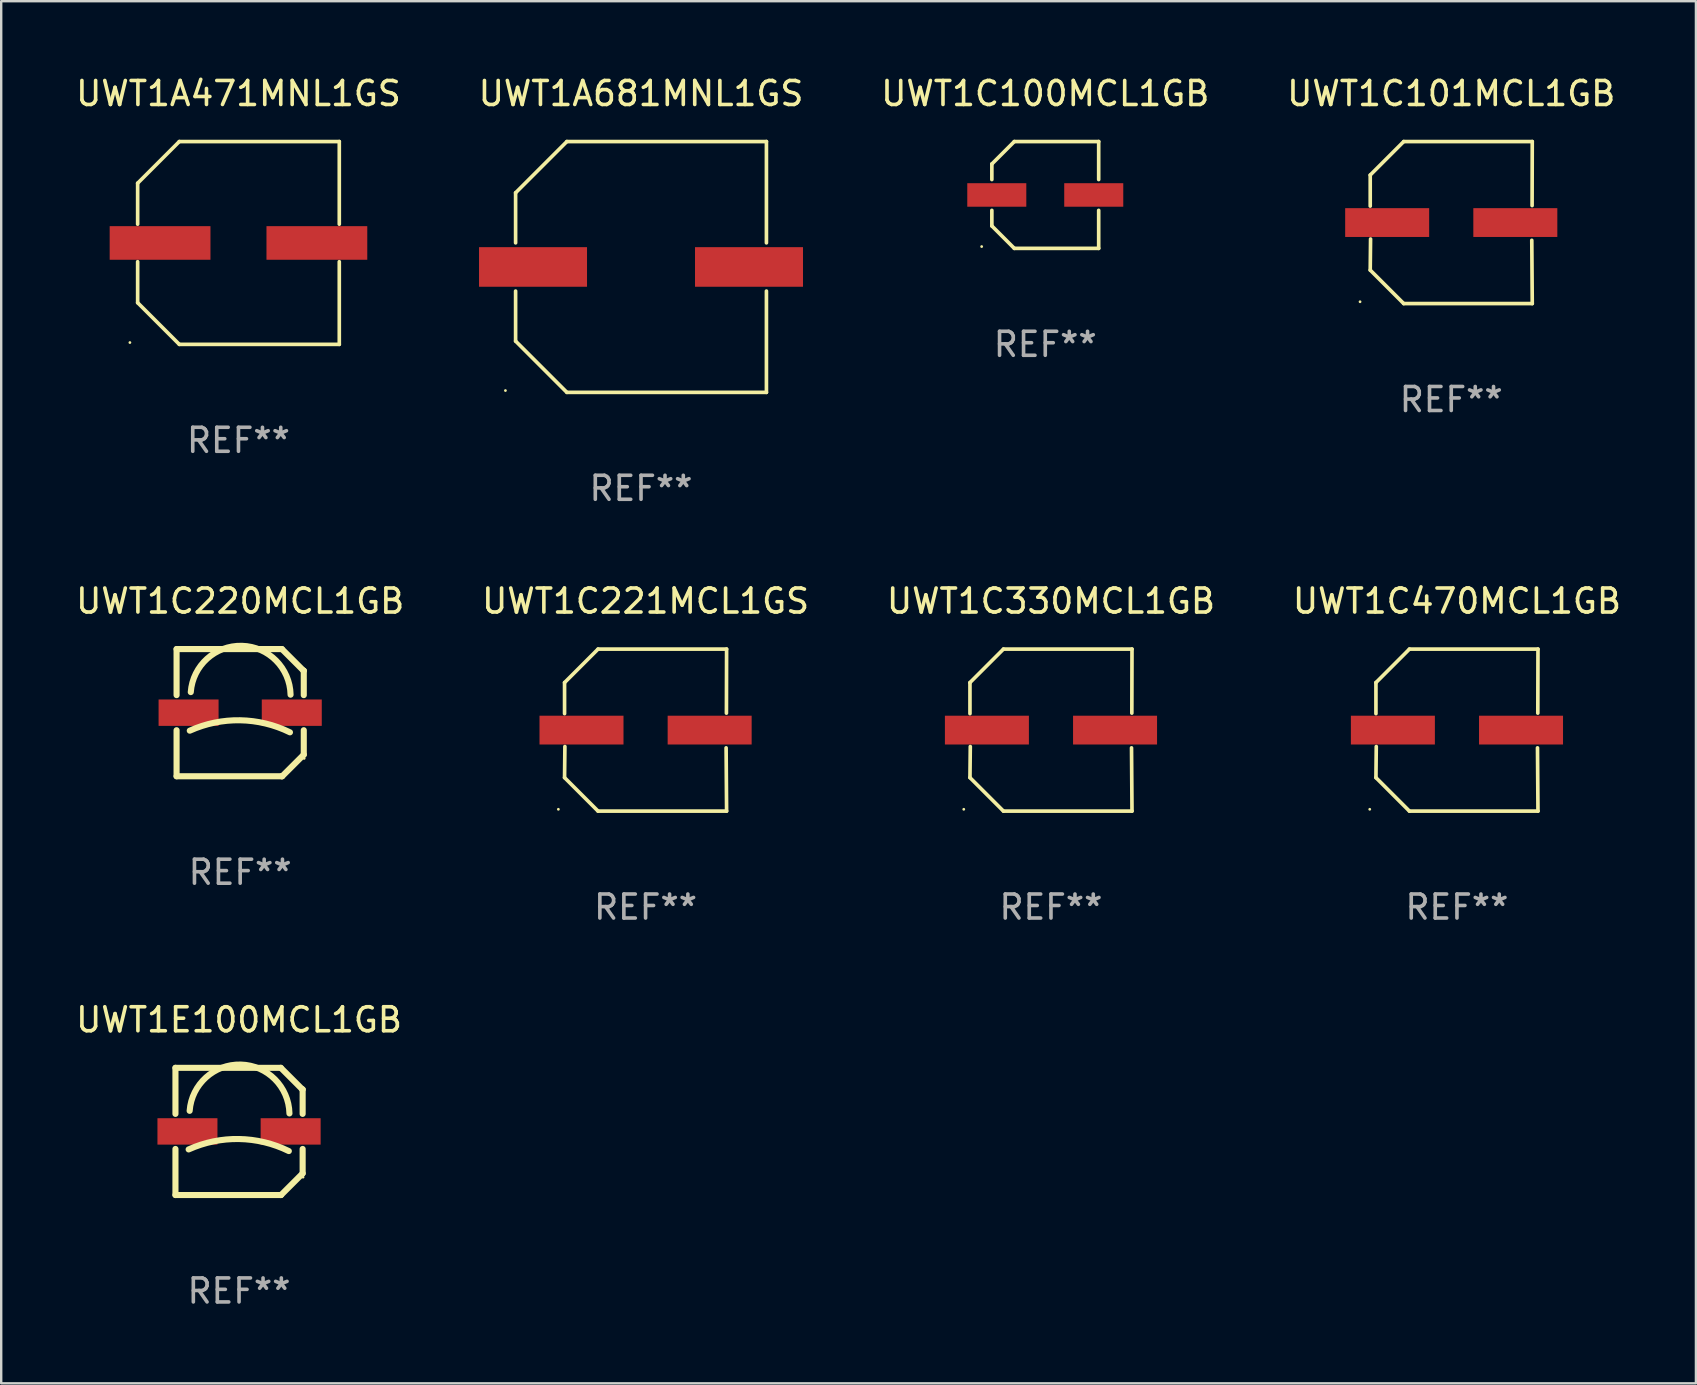
<source format=kicad_pcb>
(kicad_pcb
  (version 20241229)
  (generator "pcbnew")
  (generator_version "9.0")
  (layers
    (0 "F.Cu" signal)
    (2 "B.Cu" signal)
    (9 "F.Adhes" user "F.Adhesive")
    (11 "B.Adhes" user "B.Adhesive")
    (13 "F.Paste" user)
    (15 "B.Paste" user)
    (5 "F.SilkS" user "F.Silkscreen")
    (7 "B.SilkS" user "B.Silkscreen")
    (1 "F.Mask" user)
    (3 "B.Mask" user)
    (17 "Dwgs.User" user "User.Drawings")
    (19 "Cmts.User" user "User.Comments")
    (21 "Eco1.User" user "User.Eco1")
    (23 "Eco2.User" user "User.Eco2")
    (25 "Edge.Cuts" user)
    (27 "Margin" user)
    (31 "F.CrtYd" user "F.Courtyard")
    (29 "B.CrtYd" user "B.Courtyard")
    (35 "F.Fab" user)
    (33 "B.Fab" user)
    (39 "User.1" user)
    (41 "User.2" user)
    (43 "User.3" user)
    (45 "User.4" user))
  (footprint "UWT1C100MCL1GB"
    (layer "F.Cu")
    (at 40.506 5.074)
    (property "Reference" "UWT1C100MCL1GB" (at 0 -4.226 0) (layer "F.SilkS") (effects (font (size 1 1) (thickness 0.15))))
    (attr through_hole)
    (fp_line (start -2.226 -1.29) (end -1.29 -2.226) (stroke (width 0.152) (type solid)) (layer "F.SilkS"))
    (fp_line (start -2.226 -0.642) (end -2.226 -1.29) (stroke (width 0.152) (type solid)) (layer "F.SilkS"))
    (fp_line (start -2.226 0.642) (end -2.226 1.29) (stroke (width 0.152) (type solid)) (layer "F.SilkS"))
    (fp_line (start -2.226 1.29) (end -1.29 2.226) (stroke (width 0.152) (type solid)) (layer "F.SilkS"))
    (fp_line (start -1.29 -2.226) (end 2.226 -2.226) (stroke (width 0.152) (type solid)) (layer "F.SilkS"))
    (fp_line (start -1.29 2.226) (end 2.226 2.226) (stroke (width 0.152) (type solid)) (layer "F.SilkS"))
    (fp_line (start 2.226 -2.226) (end 2.226 -0.642) (stroke (width 0.152) (type solid)) (layer "F.SilkS"))
    (fp_line (start 2.226 2.226) (end 2.226 0.642) (stroke (width 0.152) (type solid)) (layer "F.SilkS"))
    (fp_circle (center -2.65 2.15) (end -2.62 2.15) (stroke (width 0.06) (type solid)) (fill no) (layer "F.SilkS"))
    (fp_text user "REF**" (at 0 6.226 0) (layer "F.Fab") (effects (font (size 1 1) (thickness 0.15))))
    (pad "1" smd rect (at -2.02 -0.000013) (size 2.46 0.98) (layers "F.Cu" "F.Mask" "F.Paste"))
    (pad "2" smd rect (at 2.02 -0.000013) (size 2.46 0.98) (layers "F.Cu" "F.Mask" "F.Paste")))
  (footprint "UWT1C101MCL1GB"
    (layer "F.Cu")
    (at 57.423 6.224)
    (property "Reference" "UWT1C101MCL1GB" (at 0 -5.376 0) (layer "F.SilkS") (effects (font (size 1 1) (thickness 0.15))))
    (attr through_hole)
    (fp_line (start -3.376 -1.98) (end -3.376 -0.686) (stroke (width 0.152) (type solid)) (layer "F.SilkS"))
    (fp_line (start -3.376 1.981) (end -3.362 0.686) (stroke (width 0.152) (type solid)) (layer "F.SilkS"))
    (fp_line (start -1.981 3.376) (end -3.376 1.981) (stroke (width 0.152) (type solid)) (layer "F.SilkS"))
    (fp_line (start -1.98 -3.376) (end -3.376 -1.98) (stroke (width 0.152) (type solid)) (layer "F.SilkS"))
    (fp_line (start 3.356 0.74) (end 3.376 3.376) (stroke (width 0.152) (type solid)) (layer "F.SilkS"))
    (fp_line (start 3.369 -0.707) (end 3.376 -3.376) (stroke (width 0.152) (type solid)) (layer "F.SilkS"))
    (fp_line (start 3.376 3.376) (end -1.981 3.376) (stroke (width 0.152) (type solid)) (layer "F.SilkS"))
    (fp_line (start 3.376 -3.376) (end -1.98 -3.376) (stroke (width 0.152) (type solid)) (layer "F.SilkS"))
    (fp_circle (center -3.8 3.3) (end -3.77 3.3) (stroke (width 0.06) (type solid)) (fill no) (layer "F.SilkS"))
    (fp_text user "REF**" (at 0 7.376 0) (layer "F.Fab") (effects (font (size 1 1) (thickness 0.15))))
    (pad "1" smd rect (at -2.67 0.000203) (size 3.5 1.2) (layers "F.Cu" "F.Mask" "F.Paste"))
    (pad "2" smd rect (at 2.67 0.000203) (size 3.5 1.2) (layers "F.Cu" "F.Mask" "F.Paste")))
  (footprint "UWT1C220MCL1GB"
    (layer "F.Cu")
    (at 6.958 26.647)
    (property "Reference" "UWT1C220MCL1GB" (at 0 -4.65 0) (layer "F.SilkS") (effects (font (size 1 1) (thickness 0.15))))
    (attr through_hole)
    (fp_line (start -2.65 -2.65) (end 1.74 -2.65) (stroke (width 0.254) (type solid)) (layer "F.SilkS"))
    (fp_line (start -2.65 -0.731) (end -2.65 -2.65) (stroke (width 0.254) (type solid)) (layer "F.SilkS"))
    (fp_line (start -2.65 2.65) (end -2.65 0.731) (stroke (width 0.254) (type solid)) (layer "F.SilkS"))
    (fp_line (start -2.65 2.65) (end 1.73 2.65) (stroke (width 0.254) (type solid)) (layer "F.SilkS"))
    (fp_line (start 1.73 2.65) (end 1.75 2.65) (stroke (width 0.254) (type solid)) (layer "F.SilkS"))
    (fp_line (start 1.75 2.65) (end 2.65 1.75) (stroke (width 0.254) (type solid)) (layer "F.SilkS"))
    (fp_line (start 2.64 -1.75) (end 1.74 -2.65) (stroke (width 0.254) (type solid)) (layer "F.SilkS"))
    (fp_line (start 2.65 -1.75) (end 2.64 -1.75) (stroke (width 0.254) (type solid)) (layer "F.SilkS"))
    (fp_line (start 2.65 -0.731) (end 2.65 -1.75) (stroke (width 0.254) (type solid)) (layer "F.SilkS"))
    (fp_line (start 2.65 1.75) (end 2.65 0.731) (stroke (width 0.254) (type solid)) (layer "F.SilkS"))
    (fp_arc (start -2.1 0.749886) (mid -0.005214 0.316693) (end 2.074168 0.818644) (stroke (width 0.254001) (type solid)) (layer "F.SilkS"))
    (fp_arc (start -2.058369 -0.857759) (mid 0.072137 -2.78601) (end 2.1 -0.750089) (stroke (width 0.254001) (type solid)) (layer "F.SilkS"))
    (fp_circle (center 2.667 1.905) (end 2.697 1.905) (stroke (width 0.06) (type solid)) (fill no) (layer "F.SilkS"))
    (fp_text user "REF**" (at 0 6.65 0) (layer "F.Fab") (effects (font (size 1 1) (thickness 0.15))))
    (pad "1" smd rect (at 2.15 0) (size 2.5 1.1) (layers "F.Cu" "F.Mask" "F.Paste"))
    (pad "2" smd rect (at -2.15 0) (size 2.5 1.1) (layers "F.Cu" "F.Mask" "F.Paste")))
  (footprint "UWT1C470MCL1GB"
    (layer "F.Cu")
    (at 57.661 27.373)
    (property "Reference" "UWT1C470MCL1GB" (at 0 -5.376 0) (layer "F.SilkS") (effects (font (size 1 1) (thickness 0.15))))
    (attr through_hole)
    (fp_line (start -3.376 -1.98) (end -3.376 -0.686) (stroke (width 0.152) (type solid)) (layer "F.SilkS"))
    (fp_line (start -3.376 1.981) (end -3.362 0.686) (stroke (width 0.152) (type solid)) (layer "F.SilkS"))
    (fp_line (start -1.981 3.376) (end -3.376 1.981) (stroke (width 0.152) (type solid)) (layer "F.SilkS"))
    (fp_line (start -1.98 -3.376) (end -3.376 -1.98) (stroke (width 0.152) (type solid)) (layer "F.SilkS"))
    (fp_line (start 3.356 0.74) (end 3.376 3.376) (stroke (width 0.152) (type solid)) (layer "F.SilkS"))
    (fp_line (start 3.369 -0.707) (end 3.376 -3.376) (stroke (width 0.152) (type solid)) (layer "F.SilkS"))
    (fp_line (start 3.376 3.376) (end -1.981 3.376) (stroke (width 0.152) (type solid)) (layer "F.SilkS"))
    (fp_line (start 3.376 -3.376) (end -1.98 -3.376) (stroke (width 0.152) (type solid)) (layer "F.SilkS"))
    (fp_circle (center -3.634 3.3) (end -3.604 3.3) (stroke (width 0.06) (type solid)) (fill no) (layer "F.SilkS"))
    (fp_text user "REF**" (at 0 7.376 0) (layer "F.Fab") (effects (font (size 1 1) (thickness 0.15))))
    (pad "1" smd rect (at -2.67 0.000254) (size 3.5 1.2) (layers "F.Cu" "F.Mask" "F.Paste"))
    (pad "2" smd rect (at 2.67 0.000254) (size 3.5 1.2) (layers "F.Cu" "F.Mask" "F.Paste")))
  (footprint "UWT1C221MCL1GS"
    (layer "F.Cu")
    (at 23.851 27.373)
    (property "Reference" "UWT1C221MCL1GS" (at 0 -5.376 0) (layer "F.SilkS") (effects (font (size 1 1) (thickness 0.15))))
    (attr through_hole)
    (fp_line (start -3.376 -1.98) (end -3.376 -0.686) (stroke (width 0.152) (type solid)) (layer "F.SilkS"))
    (fp_line (start -3.376 1.981) (end -3.362 0.686) (stroke (width 0.152) (type solid)) (layer "F.SilkS"))
    (fp_line (start -1.981 3.376) (end -3.376 1.981) (stroke (width 0.152) (type solid)) (layer "F.SilkS"))
    (fp_line (start -1.98 -3.376) (end -3.376 -1.98) (stroke (width 0.152) (type solid)) (layer "F.SilkS"))
    (fp_line (start 3.356 0.74) (end 3.376 3.376) (stroke (width 0.152) (type solid)) (layer "F.SilkS"))
    (fp_line (start 3.369 -0.707) (end 3.376 -3.376) (stroke (width 0.152) (type solid)) (layer "F.SilkS"))
    (fp_line (start 3.376 3.376) (end -1.981 3.376) (stroke (width 0.152) (type solid)) (layer "F.SilkS"))
    (fp_line (start 3.376 -3.376) (end -1.98 -3.376) (stroke (width 0.152) (type solid)) (layer "F.SilkS"))
    (fp_circle (center -3.634 3.3) (end -3.604 3.3) (stroke (width 0.06) (type solid)) (fill no) (layer "F.SilkS"))
    (fp_text user "REF**" (at 0 7.376 0) (layer "F.Fab") (effects (font (size 1 1) (thickness 0.15))))
    (pad "1" smd rect (at -2.67 0.000254) (size 3.5 1.2) (layers "F.Cu" "F.Mask" "F.Paste"))
    (pad "2" smd rect (at 2.67 0.000254) (size 3.5 1.2) (layers "F.Cu" "F.Mask" "F.Paste")))
  (footprint "UWT1C330MCL1GB"
    (layer "F.Cu")
    (at 40.744 27.373)
    (property "Reference" "UWT1C330MCL1GB" (at 0 -5.376 0) (layer "F.SilkS") (effects (font (size 1 1) (thickness 0.15))))
    (attr through_hole)
    (fp_line (start -3.376 -1.98) (end -3.376 -0.686) (stroke (width 0.152) (type solid)) (layer "F.SilkS"))
    (fp_line (start -3.376 1.981) (end -3.362 0.686) (stroke (width 0.152) (type solid)) (layer "F.SilkS"))
    (fp_line (start -1.981 3.376) (end -3.376 1.981) (stroke (width 0.152) (type solid)) (layer "F.SilkS"))
    (fp_line (start -1.98 -3.376) (end -3.376 -1.98) (stroke (width 0.152) (type solid)) (layer "F.SilkS"))
    (fp_line (start 3.356 0.74) (end 3.376 3.376) (stroke (width 0.152) (type solid)) (layer "F.SilkS"))
    (fp_line (start 3.369 -0.707) (end 3.376 -3.376) (stroke (width 0.152) (type solid)) (layer "F.SilkS"))
    (fp_line (start 3.376 3.376) (end -1.981 3.376) (stroke (width 0.152) (type solid)) (layer "F.SilkS"))
    (fp_line (start 3.376 -3.376) (end -1.98 -3.376) (stroke (width 0.152) (type solid)) (layer "F.SilkS"))
    (fp_circle (center -3.634 3.3) (end -3.604 3.3) (stroke (width 0.06) (type solid)) (fill no) (layer "F.SilkS"))
    (fp_text user "REF**" (at 0 7.376 0) (layer "F.Fab") (effects (font (size 1 1) (thickness 0.15))))
    (pad "1" smd rect (at -2.67 0.000254) (size 3.5 1.2) (layers "F.Cu" "F.Mask" "F.Paste"))
    (pad "2" smd rect (at 2.67 0.000254) (size 3.5 1.2) (layers "F.Cu" "F.Mask" "F.Paste")))
  (footprint "UWT1A471MNL1GS"
    (layer "F.Cu")
    (at 6.887 7.074)
    (property "Reference" "UWT1A471MNL1GS" (at 0 -6.226 0) (layer "F.SilkS") (effects (font (size 1 1) (thickness 0.15))))
    (attr through_hole)
    (fp_line (start -4.201 -2.49) (end -4.201 -0.782) (stroke (width 0.152) (type solid)) (layer "F.SilkS"))
    (fp_line (start -4.201 2.49) (end -4.201 0.782) (stroke (width 0.152) (type solid)) (layer "F.SilkS"))
    (fp_line (start -2.465 -4.226) (end -4.201 -2.49) (stroke (width 0.152) (type solid)) (layer "F.SilkS"))
    (fp_line (start -2.465 4.226) (end -4.201 2.49) (stroke (width 0.152) (type solid)) (layer "F.SilkS"))
    (fp_line (start 4.201 -4.226) (end -2.465 -4.226) (stroke (width 0.152) (type solid)) (layer "F.SilkS"))
    (fp_line (start 4.201 -0.782) (end 4.201 -4.226) (stroke (width 0.152) (type solid)) (layer "F.SilkS"))
    (fp_line (start 4.201 0.782) (end 4.201 4.226) (stroke (width 0.152) (type solid)) (layer "F.SilkS"))
    (fp_line (start 4.201 4.226) (end -2.465 4.226) (stroke (width 0.152) (type solid)) (layer "F.SilkS"))
    (fp_circle (center -4.524 4.15) (end -4.494 4.15) (stroke (width 0.06) (type solid)) (fill no) (layer "F.SilkS"))
    (fp_text user "REF**" (at 0 8.226 0) (layer "F.Fab") (effects (font (size 1 1) (thickness 0.15))))
    (pad "1" smd rect (at -3.267 0) (size 4.2 1.4) (layers "F.Cu" "F.Mask" "F.Paste"))
    (pad "2" smd rect (at 3.267 0) (size 4.2 1.4) (layers "F.Cu" "F.Mask" "F.Paste")))
  (footprint "UWT1A681MNL1GS"
    (layer "F.Cu")
    (at 23.661 8.074)
    (property "Reference" "UWT1A681MNL1GS" (at 0 -7.226 0) (layer "F.SilkS") (effects (font (size 1 1) (thickness 0.15))))
    (attr through_hole)
    (fp_line (start -5.226 -3.09) (end -5.226 -1.005) (stroke (width 0.152) (type solid)) (layer "F.SilkS"))
    (fp_line (start -5.226 1.005) (end -5.226 3.09) (stroke (width 0.152) (type solid)) (layer "F.SilkS"))
    (fp_line (start -3.09 -5.226) (end -5.226 -3.09) (stroke (width 0.152) (type solid)) (layer "F.SilkS"))
    (fp_line (start -3.09 5.226) (end -5.226 3.09) (stroke (width 0.152) (type solid)) (layer "F.SilkS"))
    (fp_line (start 5.226 -5.226) (end -3.09 -5.226) (stroke (width 0.152) (type solid)) (layer "F.SilkS"))
    (fp_line (start 5.226 -1.005) (end 5.226 -5.226) (stroke (width 0.152) (type solid)) (layer "F.SilkS"))
    (fp_line (start 5.226 5.226) (end -3.09 5.226) (stroke (width 0.152) (type solid)) (layer "F.SilkS"))
    (fp_line (start 5.226 5.226) (end 5.226 1.005) (stroke (width 0.152) (type solid)) (layer "F.SilkS"))
    (fp_circle (center -5.65 5.15) (end -5.62 5.15) (stroke (width 0.06) (type solid)) (fill no) (layer "F.SilkS"))
    (fp_text user "REF**" (at 0 9.226 0) (layer "F.Fab") (effects (font (size 1 1) (thickness 0.15))))
    (pad "1" smd rect (at -4.5 0) (size 4.5 1.65) (layers "F.Cu" "F.Mask" "F.Paste"))
    (pad "2" smd rect (at 4.5 0) (size 4.5 1.65) (layers "F.Cu" "F.Mask" "F.Paste")))
  (footprint "UWT1E100MCL1GB"
    (layer "F.Cu")
    (at 6.911 44.096)
    (property "Reference" "UWT1E100MCL1GB" (at 0 -4.65 0) (layer "F.SilkS") (effects (font (size 1 1) (thickness 0.15))))
    (attr through_hole)
    (fp_line (start -2.65 -2.65) (end 1.74 -2.65) (stroke (width 0.254) (type solid)) (layer "F.SilkS"))
    (fp_line (start -2.65 -0.731) (end -2.65 -2.65) (stroke (width 0.254) (type solid)) (layer "F.SilkS"))
    (fp_line (start -2.65 2.65) (end -2.65 0.731) (stroke (width 0.254) (type solid)) (layer "F.SilkS"))
    (fp_line (start -2.65 2.65) (end 1.73 2.65) (stroke (width 0.254) (type solid)) (layer "F.SilkS"))
    (fp_line (start 1.73 2.65) (end 1.75 2.65) (stroke (width 0.254) (type solid)) (layer "F.SilkS"))
    (fp_line (start 1.75 2.65) (end 2.65 1.75) (stroke (width 0.254) (type solid)) (layer "F.SilkS"))
    (fp_line (start 2.64 -1.75) (end 1.74 -2.65) (stroke (width 0.254) (type solid)) (layer "F.SilkS"))
    (fp_line (start 2.65 -1.75) (end 2.64 -1.75) (stroke (width 0.254) (type solid)) (layer "F.SilkS"))
    (fp_line (start 2.65 -0.731) (end 2.65 -1.75) (stroke (width 0.254) (type solid)) (layer "F.SilkS"))
    (fp_line (start 2.65 1.75) (end 2.65 0.731) (stroke (width 0.254) (type solid)) (layer "F.SilkS"))
    (fp_arc (start -2.1 0.749886) (mid -0.005214 0.316693) (end 2.074168 0.818644) (stroke (width 0.254001) (type solid)) (layer "F.SilkS"))
    (fp_arc (start -2.058369 -0.857759) (mid 0.072137 -2.78601) (end 2.1 -0.750089) (stroke (width 0.254001) (type solid)) (layer "F.SilkS"))
    (fp_circle (center 2.667 1.905) (end 2.697 1.905) (stroke (width 0.06) (type solid)) (fill no) (layer "F.SilkS"))
    (fp_text user "REF**" (at 0 6.65 0) (layer "F.Fab") (effects (font (size 1 1) (thickness 0.15))))
    (pad "1" smd rect (at 2.15 0) (size 2.5 1.1) (layers "F.Cu" "F.Mask" "F.Paste"))
    (pad "2" smd rect (at -2.15 0) (size 2.5 1.1) (layers "F.Cu" "F.Mask" "F.Paste")))
  (gr_rect
    (start -3 -3)
    (end 67.619 54.594)
    (stroke (width 0.1) (type default))
    (fill no)
    (layer "Edge.Cuts")))
</source>
